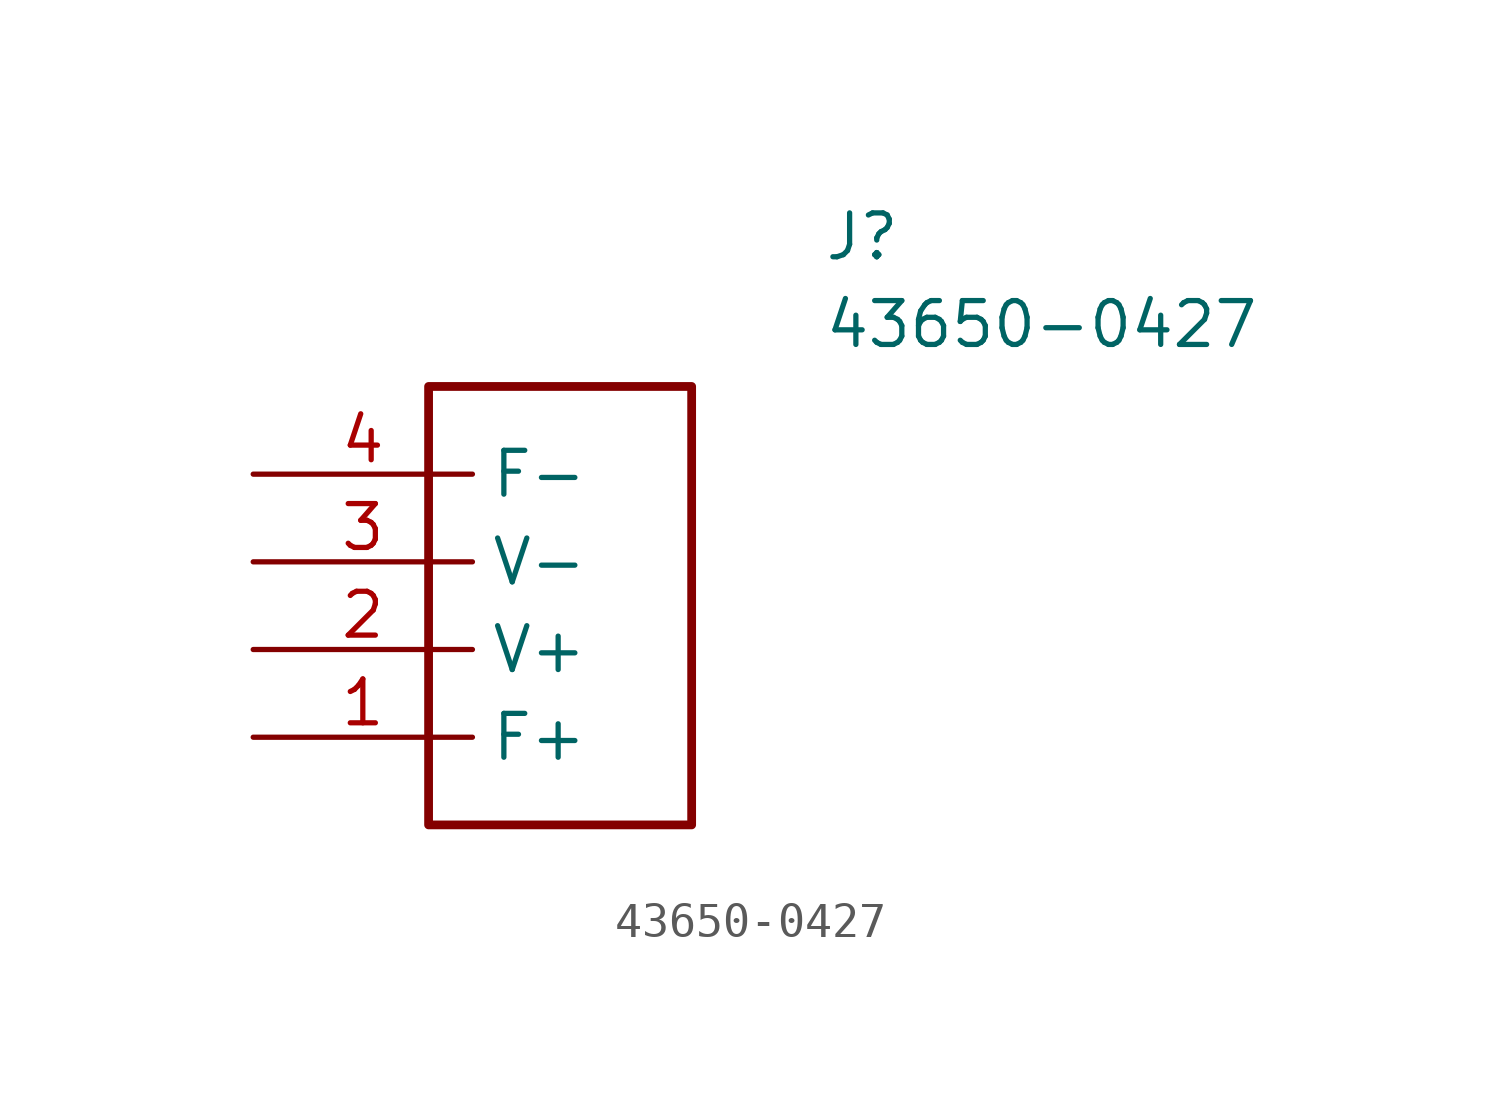
<source format=kicad_sym>
(kicad_symbol_lib
  (version 20231120)
  (generator "kicad_symbol_editor")
  (generator_version "8.0")
  (symbol "43650-0427"
    (property "Reference" "J"
      (at 16.51 7.62 0)
      (effects (font (size 1.27 1.27)) (justify left top)))
    (property "Value" "43650-0427"
      (at 16.51 5.08 0)
      (effects (font (size 1.27 1.27)) (justify left top)))
    (symbol "43650-0427_1_1"
      (rectangle (start 5.08 2.54) (end 12.7 -10.16) (stroke (width 0.254) (type default)) (fill (type none)))
      (pin passive line (at 0 -7.62 0) (length 6.35) (name "F+" (effects (font (size 1.27 1.27)))) (number "1" (effects (font (size 1.27 1.27)))))
      (pin passive line (at 0 -5.08 0) (length 6.35) (name "V+" (effects (font (size 1.27 1.27)))) (number "2" (effects (font (size 1.27 1.27)))))
      (pin passive line (at 0 -2.54 0) (length 6.35) (name "V-" (effects (font (size 1.27 1.27)))) (number "3" (effects (font (size 1.27 1.27)))))
      (pin passive line (at 0 0 0) (length 6.35) (name "F-" (effects (font (size 1.27 1.27)))) (number "4" (effects (font (size 1.27 1.27))))))))
</source>
